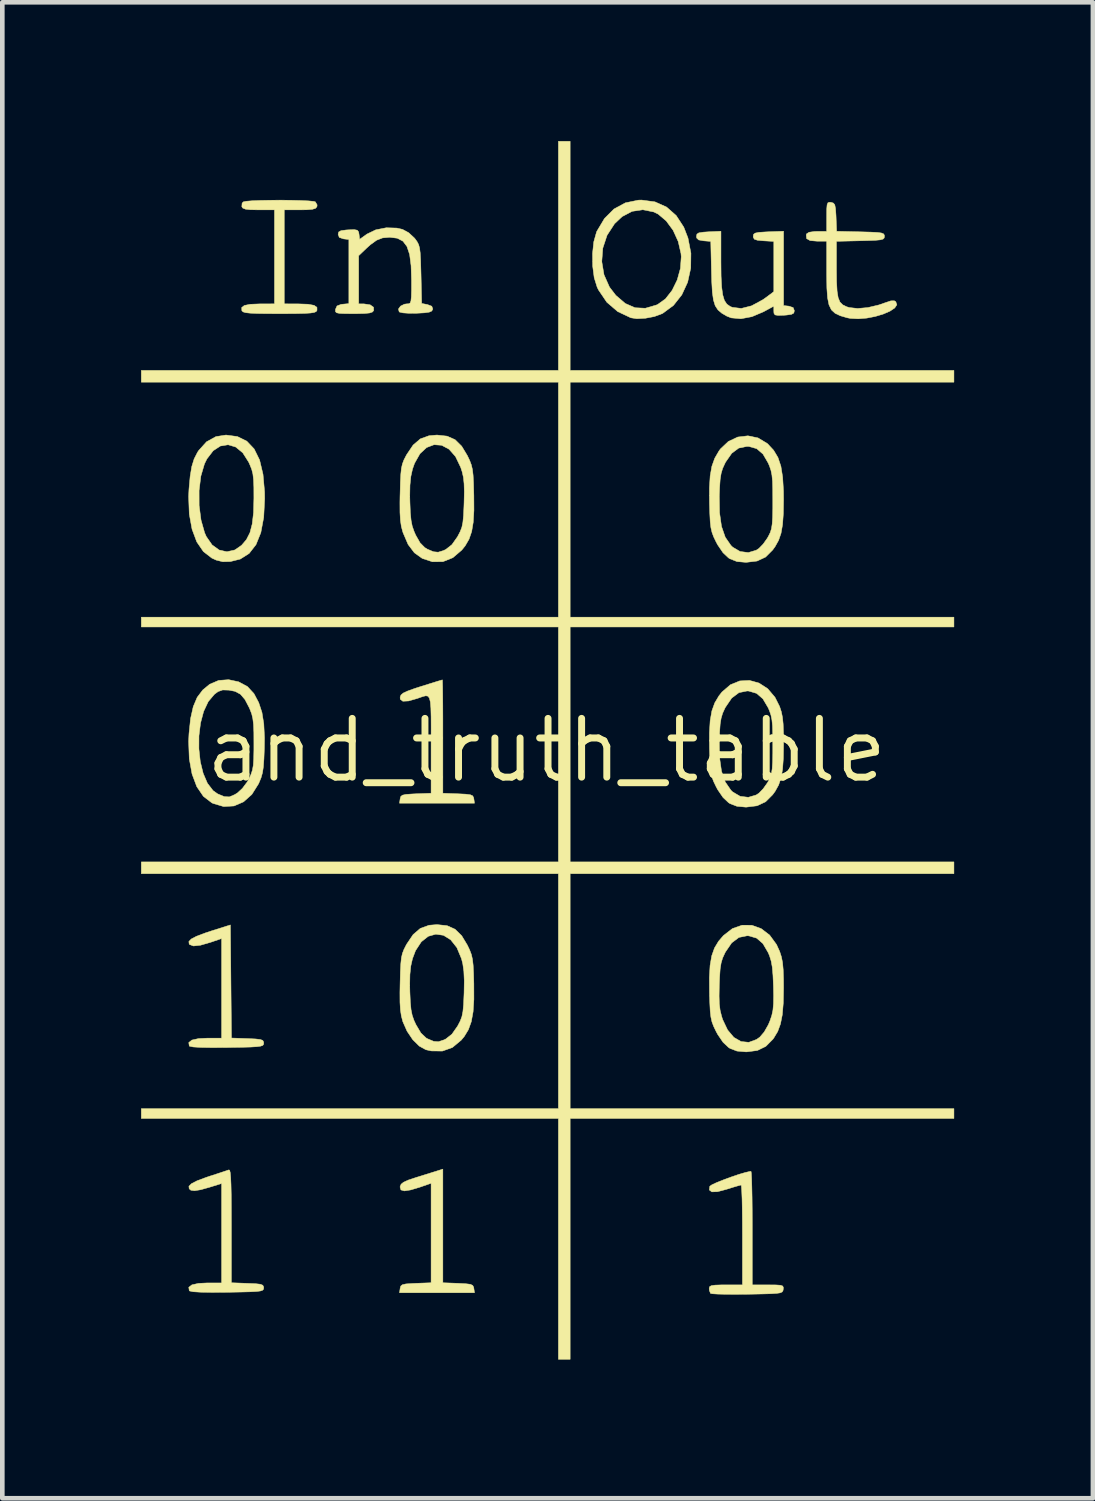
<source format=kicad_pcb>
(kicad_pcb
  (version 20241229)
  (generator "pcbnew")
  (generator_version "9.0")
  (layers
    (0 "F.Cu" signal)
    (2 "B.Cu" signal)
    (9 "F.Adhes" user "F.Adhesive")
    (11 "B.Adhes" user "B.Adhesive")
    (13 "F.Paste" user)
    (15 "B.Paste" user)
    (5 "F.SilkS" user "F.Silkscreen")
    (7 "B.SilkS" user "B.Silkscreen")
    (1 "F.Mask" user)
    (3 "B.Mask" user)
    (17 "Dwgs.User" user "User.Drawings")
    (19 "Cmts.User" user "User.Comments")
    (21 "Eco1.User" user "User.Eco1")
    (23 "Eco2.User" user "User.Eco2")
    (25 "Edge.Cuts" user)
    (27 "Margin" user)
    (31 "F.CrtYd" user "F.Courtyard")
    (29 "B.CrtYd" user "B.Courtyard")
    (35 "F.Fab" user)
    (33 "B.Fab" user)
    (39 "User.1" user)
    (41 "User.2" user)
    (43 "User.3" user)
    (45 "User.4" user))
  (footprint "and_truth_table"
    (layer "F.Cu")
    (at 8.768 13.171)
    (property "Reference" "and_truth_table" (at 0 0 0) (layer "F.SilkS") (effects (font (size 1.27 1.27) (thickness 0.15))))
    (attr through_hole)
    (fp_poly (pts (xy -2.244 11.511) (xy -1.916 11.523) (xy -1.75 11.532) (xy -1.65 11.544) (xy -1.599 11.568) (xy -1.578 11.607) (xy -1.574 11.631) (xy -1.56 11.726) (xy -3.181 11.726) (xy -3.167 11.631) (xy -3.154 11.583) (xy -3.118 11.553) (xy -3.042 11.536) (xy -2.908 11.527) (xy -2.826 11.523) (xy -2.498 11.511) (xy -2.498 9.36) (xy -2.737 9.443) (xy -2.94 9.504) (xy -3.076 9.525) (xy -3.15 9.504) (xy -3.169 9.441) (xy -3.167 9.431) (xy -3.147 9.381) (xy -3.093 9.337) (xy -2.989 9.29) (xy -2.82 9.234) (xy -2.794 9.226) (xy -2.62 9.172) (xy -2.467 9.124) (xy -2.361 9.091) (xy -2.339 9.084) (xy -2.244 9.054) (xy -2.244 11.511)) (stroke (width 0.01) (type solid)) (fill yes) (layer "F.SilkS"))
    (fp_poly (pts (xy 0.508 -8.213) (xy 8.805 -8.213) (xy 8.805 -7.959) (xy 0.508 -7.959) (xy 0.508 -2.879) (xy 8.805 -2.879) (xy 8.805 -2.667) (xy 0.508 -2.667) (xy 0.508 2.413) (xy 8.805 2.413) (xy 8.805 2.667) (xy 0.508 2.667) (xy 0.508 7.747) (xy 8.805 7.747) (xy 8.805 7.959) (xy 0.508 7.959) (xy 0.508 13.166) (xy 0.254 13.166) (xy 0.254 7.959) (xy -8.763 7.959) (xy -8.763 7.747) (xy 0.254 7.747) (xy 0.254 2.667) (xy -8.763 2.667) (xy -8.763 2.413) (xy 0.254 2.413) (xy 0.254 -2.667) (xy -8.763 -2.667) (xy -8.763 -2.879) (xy 0.254 -2.879) (xy 0.254 -7.959) (xy -8.763 -7.959) (xy -8.763 -8.213) (xy 0.254 -8.213) (xy 0.254 -13.166) (xy 0.508 -13.166) (xy 0.508 -8.213)) (stroke (width 0.01) (type solid)) (fill yes) (layer "F.SilkS"))
    (fp_poly (pts (xy -6.826 4.997) (xy -6.814 6.22) (xy -6.466 6.232) (xy -6.294 6.24) (xy -6.19 6.252) (xy -6.137 6.272) (xy -6.119 6.306) (xy -6.117 6.329) (xy -6.121 6.359) (xy -6.14 6.381) (xy -6.185 6.396) (xy -6.267 6.407) (xy -6.399 6.415) (xy -6.59 6.42) (xy -6.853 6.424) (xy -6.908 6.425) (xy -7.236 6.427) (xy -7.481 6.423) (xy -7.643 6.413) (xy -7.72 6.397) (xy -7.726 6.391) (xy -7.737 6.318) (xy -7.669 6.264) (xy -7.525 6.232) (xy -7.34 6.223) (xy -7.027 6.223) (xy -7.027 4.069) (xy -7.267 4.151) (xy -7.485 4.214) (xy -7.635 4.23) (xy -7.719 4.199) (xy -7.728 4.187) (xy -7.735 4.134) (xy -7.684 4.08) (xy -7.568 4.019) (xy -7.381 3.949) (xy -7.239 3.902) (xy -6.837 3.775) (xy -6.826 4.997)) (stroke (width 0.01) (type solid)) (fill yes) (layer "F.SilkS"))
    (fp_poly (pts (xy -2.252 -1.483) (xy -2.249 -1.368) (xy -2.247 -1.19) (xy -2.245 -0.959) (xy -2.244 -0.685) (xy -2.244 -0.379) (xy -2.244 -0.298) (xy -2.244 0.928) (xy -1.916 0.94) (xy -1.75 0.948) (xy -1.65 0.961) (xy -1.599 0.984) (xy -1.578 1.024) (xy -1.574 1.048) (xy -1.56 1.143) (xy -3.181 1.143) (xy -3.167 1.048) (xy -3.154 0.999) (xy -3.118 0.97) (xy -3.042 0.953) (xy -2.908 0.944) (xy -2.826 0.94) (xy -2.498 0.928) (xy -2.498 -0.129) (xy -2.497 -0.463) (xy -2.498 -0.721) (xy -2.503 -0.913) (xy -2.514 -1.045) (xy -2.535 -1.128) (xy -2.566 -1.17) (xy -2.612 -1.179) (xy -2.675 -1.164) (xy -2.758 -1.135) (xy -2.794 -1.122) (xy -2.985 -1.067) (xy -3.109 -1.061) (xy -3.165 -1.105) (xy -3.167 -1.151) (xy -3.149 -1.196) (xy -3.1 -1.238) (xy -3.005 -1.282) (xy -2.852 -1.337) (xy -2.709 -1.383) (xy -2.529 -1.439) (xy -2.382 -1.485) (xy -2.285 -1.514) (xy -2.254 -1.523) (xy -2.252 -1.483)) (stroke (width 0.01) (type solid)) (fill yes) (layer "F.SilkS"))
    (fp_poly (pts (xy -6.853 9.081) (xy -6.84 9.132) (xy -6.831 9.231) (xy -6.824 9.385) (xy -6.819 9.601) (xy -6.817 9.887) (xy -6.816 10.249) (xy -6.816 10.281) (xy -6.816 11.511) (xy -6.466 11.524) (xy -6.294 11.531) (xy -6.19 11.543) (xy -6.137 11.564) (xy -6.119 11.598) (xy -6.117 11.62) (xy -6.121 11.65) (xy -6.14 11.672) (xy -6.185 11.688) (xy -6.267 11.699) (xy -6.399 11.706) (xy -6.59 11.711) (xy -6.853 11.716) (xy -6.908 11.717) (xy -7.236 11.719) (xy -7.481 11.715) (xy -7.643 11.705) (xy -7.72 11.688) (xy -7.726 11.683) (xy -7.737 11.609) (xy -7.669 11.556) (xy -7.525 11.524) (xy -7.34 11.515) (xy -7.027 11.515) (xy -7.027 9.365) (xy -7.285 9.445) (xy -7.481 9.5) (xy -7.612 9.521) (xy -7.692 9.51) (xy -7.728 9.479) (xy -7.734 9.425) (xy -7.679 9.369) (xy -7.557 9.306) (xy -7.361 9.233) (xy -7.281 9.206) (xy -7.114 9.152) (xy -6.975 9.106) (xy -6.886 9.076) (xy -6.869 9.07) (xy -6.853 9.081)) (stroke (width 0.01) (type solid)) (fill yes) (layer "F.SilkS"))
    (fp_poly (pts (xy -5.519 -11.891) (xy -5.315 -11.886) (xy -5.148 -11.878) (xy -5.036 -11.867) (xy -5 -11.857) (xy -4.962 -11.791) (xy -4.967 -11.752) (xy -4.997 -11.717) (xy -5.066 -11.696) (xy -5.189 -11.686) (xy -5.333 -11.684) (xy -5.673 -11.684) (xy -5.673 -9.652) (xy -5.366 -9.651) (xy -5.159 -9.644) (xy -5.028 -9.62) (xy -4.966 -9.577) (xy -4.965 -9.512) (xy -4.967 -9.508) (xy -4.985 -9.484) (xy -5.028 -9.466) (xy -5.106 -9.454) (xy -5.23 -9.446) (xy -5.412 -9.442) (xy -5.664 -9.44) (xy -5.779 -9.44) (xy -6.059 -9.441) (xy -6.266 -9.444) (xy -6.41 -9.451) (xy -6.504 -9.461) (xy -6.559 -9.477) (xy -6.585 -9.498) (xy -6.59 -9.508) (xy -6.592 -9.574) (xy -6.534 -9.618) (xy -6.407 -9.643) (xy -6.205 -9.651) (xy -6.191 -9.651) (xy -5.884 -9.652) (xy -5.884 -11.684) (xy -6.224 -11.684) (xy -6.402 -11.687) (xy -6.511 -11.699) (xy -6.57 -11.723) (xy -6.59 -11.752) (xy -6.584 -11.829) (xy -6.557 -11.857) (xy -6.494 -11.87) (xy -6.364 -11.881) (xy -6.184 -11.888) (xy -5.971 -11.892) (xy -5.744 -11.894) (xy -5.519 -11.891)) (stroke (width 0.01) (type solid)) (fill yes) (layer "F.SilkS"))
    (fp_poly (pts (xy 4.425 9.142) (xy 4.431 9.257) (xy 4.436 9.435) (xy 4.441 9.667) (xy 4.444 9.941) (xy 4.445 10.247) (xy 4.445 10.329) (xy 4.445 11.557) (xy 4.787 11.557) (xy 4.955 11.558) (xy 5.056 11.565) (xy 5.104 11.582) (xy 5.118 11.615) (xy 5.115 11.652) (xy 5.108 11.686) (xy 5.089 11.711) (xy 5.048 11.729) (xy 4.973 11.74) (xy 4.851 11.748) (xy 4.671 11.753) (xy 4.422 11.758) (xy 4.337 11.759) (xy 4.09 11.761) (xy 3.874 11.76) (xy 3.701 11.756) (xy 3.586 11.749) (xy 3.543 11.741) (xy 3.518 11.678) (xy 3.514 11.635) (xy 3.522 11.597) (xy 3.559 11.574) (xy 3.64 11.562) (xy 3.782 11.557) (xy 3.873 11.557) (xy 4.233 11.557) (xy 4.233 10.477) (xy 4.232 10.185) (xy 4.229 9.923) (xy 4.225 9.702) (xy 4.218 9.533) (xy 4.211 9.429) (xy 4.205 9.398) (xy 4.153 9.41) (xy 4.043 9.442) (xy 3.899 9.487) (xy 3.887 9.491) (xy 3.694 9.542) (xy 3.571 9.546) (xy 3.517 9.505) (xy 3.527 9.425) (xy 3.572 9.393) (xy 3.677 9.344) (xy 3.823 9.286) (xy 3.988 9.225) (xy 4.152 9.169) (xy 4.295 9.127) (xy 4.396 9.104) (xy 4.418 9.102) (xy 4.425 9.142)) (stroke (width 0.01) (type solid)) (fill yes) (layer "F.SilkS"))
    (fp_poly (pts (xy 2.342 -11.857) (xy 2.592 -11.745) (xy 2.801 -11.561) (xy 2.965 -11.309) (xy 3.055 -11.077) (xy 3.119 -10.748) (xy 3.115 -10.425) (xy 3.048 -10.12) (xy 2.922 -9.847) (xy 2.742 -9.619) (xy 2.511 -9.448) (xy 2.493 -9.439) (xy 2.329 -9.378) (xy 2.136 -9.341) (xy 1.95 -9.331) (xy 1.82 -9.351) (xy 1.536 -9.485) (xy 1.301 -9.687) (xy 1.12 -9.954) (xy 1.092 -10.012) (xy 1.028 -10.217) (xy 0.995 -10.47) (xy 0.994 -10.566) (xy 1.192 -10.566) (xy 1.24 -10.281) (xy 1.358 -10.015) (xy 1.496 -9.835) (xy 1.701 -9.66) (xy 1.911 -9.568) (xy 2.133 -9.557) (xy 2.373 -9.627) (xy 2.402 -9.64) (xy 2.569 -9.76) (xy 2.712 -9.943) (xy 2.823 -10.169) (xy 2.892 -10.419) (xy 2.91 -10.671) (xy 2.904 -10.741) (xy 2.844 -11.001) (xy 2.734 -11.242) (xy 2.585 -11.445) (xy 2.411 -11.592) (xy 2.315 -11.639) (xy 2.078 -11.687) (xy 1.847 -11.652) (xy 1.631 -11.538) (xy 1.468 -11.384) (xy 1.306 -11.135) (xy 1.214 -10.856) (xy 1.192 -10.566) (xy 0.994 -10.566) (xy 0.992 -10.739) (xy 1.019 -10.993) (xy 1.078 -11.203) (xy 1.085 -11.22) (xy 1.25 -11.497) (xy 1.456 -11.703) (xy 1.702 -11.836) (xy 1.983 -11.894) (xy 2.053 -11.896) (xy 2.342 -11.857)) (stroke (width 0.01) (type solid)) (fill yes) (layer "F.SilkS"))
    (fp_poly (pts (xy 3.768 -10.563) (xy 3.771 -10.255) (xy 3.783 -10.02) (xy 3.806 -9.848) (xy 3.842 -9.727) (xy 3.896 -9.646) (xy 3.969 -9.595) (xy 4.013 -9.577) (xy 4.208 -9.553) (xy 4.429 -9.609) (xy 4.675 -9.742) (xy 4.773 -9.812) (xy 4.911 -9.916) (xy 4.911 -11.002) (xy 4.688 -11.015) (xy 4.557 -11.027) (xy 4.49 -11.05) (xy 4.467 -11.092) (xy 4.466 -11.113) (xy 4.474 -11.156) (xy 4.51 -11.182) (xy 4.59 -11.198) (xy 4.733 -11.207) (xy 4.794 -11.21) (xy 5.122 -11.222) (xy 5.122 -9.615) (xy 5.239 -9.602) (xy 5.33 -9.571) (xy 5.355 -9.504) (xy 5.343 -9.453) (xy 5.293 -9.425) (xy 5.186 -9.41) (xy 5.133 -9.406) (xy 5.004 -9.402) (xy 4.938 -9.413) (xy 4.914 -9.448) (xy 4.911 -9.498) (xy 4.911 -9.602) (xy 4.688 -9.481) (xy 4.438 -9.375) (xy 4.2 -9.33) (xy 3.991 -9.349) (xy 3.898 -9.385) (xy 3.785 -9.451) (xy 3.703 -9.522) (xy 3.644 -9.612) (xy 3.606 -9.735) (xy 3.582 -9.905) (xy 3.569 -10.135) (xy 3.563 -10.351) (xy 3.548 -11.002) (xy 3.393 -11.015) (xy 3.287 -11.034) (xy 3.243 -11.076) (xy 3.239 -11.113) (xy 3.249 -11.16) (xy 3.291 -11.187) (xy 3.385 -11.202) (xy 3.503 -11.21) (xy 3.768 -11.222) (xy 3.768 -10.563)) (stroke (width 0.01) (type solid)) (fill yes) (layer "F.SilkS"))
    (fp_poly (pts (xy -6.685 -6.783) (xy -6.482 -6.683) (xy -6.323 -6.515) (xy -6.206 -6.277) (xy -6.132 -5.967) (xy -6.098 -5.585) (xy -6.096 -5.44) (xy -6.117 -5.036) (xy -6.179 -4.706) (xy -6.284 -4.446) (xy -6.432 -4.256) (xy -6.624 -4.134) (xy -6.837 -4.081) (xy -7.002 -4.077) (xy -7.143 -4.112) (xy -7.239 -4.156) (xy -7.421 -4.297) (xy -7.564 -4.506) (xy -7.666 -4.779) (xy -7.726 -5.108) (xy -7.74 -5.485) (xy -7.734 -5.617) (xy -7.514 -5.617) (xy -7.513 -5.292) (xy -7.472 -4.977) (xy -7.394 -4.702) (xy -7.358 -4.621) (xy -7.233 -4.441) (xy -7.08 -4.33) (xy -6.912 -4.293) (xy -6.74 -4.332) (xy -6.596 -4.432) (xy -6.49 -4.556) (xy -6.414 -4.706) (xy -6.365 -4.894) (xy -6.337 -5.137) (xy -6.329 -5.448) (xy -6.329 -5.461) (xy -6.33 -5.689) (xy -6.337 -5.853) (xy -6.351 -5.975) (xy -6.377 -6.077) (xy -6.418 -6.178) (xy -6.442 -6.231) (xy -6.57 -6.432) (xy -6.722 -6.557) (xy -6.887 -6.606) (xy -7.053 -6.579) (xy -7.209 -6.477) (xy -7.345 -6.3) (xy -7.398 -6.192) (xy -7.476 -5.927) (xy -7.514 -5.617) (xy -7.734 -5.617) (xy -7.732 -5.652) (xy -7.707 -5.925) (xy -7.672 -6.135) (xy -7.621 -6.3) (xy -7.549 -6.441) (xy -7.523 -6.481) (xy -7.353 -6.67) (xy -7.15 -6.782) (xy -6.932 -6.816) (xy -6.685 -6.783)) (stroke (width 0.01) (type solid)) (fill yes) (layer "F.SilkS"))
    (fp_poly (pts (xy 6.149 -11.846) (xy 6.199 -11.831) (xy 6.229 -11.794) (xy 6.245 -11.713) (xy 6.255 -11.572) (xy 6.257 -11.527) (xy 6.269 -11.221) (xy 6.786 -11.209) (xy 7.002 -11.203) (xy 7.148 -11.196) (xy 7.237 -11.184) (xy 7.284 -11.165) (xy 7.301 -11.137) (xy 7.303 -11.113) (xy 7.297 -11.077) (xy 7.272 -11.052) (xy 7.213 -11.036) (xy 7.107 -11.026) (xy 6.939 -11.02) (xy 6.784 -11.016) (xy 6.265 -11.004) (xy 6.265 -10.401) (xy 6.268 -10.129) (xy 6.279 -9.928) (xy 6.302 -9.786) (xy 6.341 -9.691) (xy 6.402 -9.63) (xy 6.487 -9.589) (xy 6.544 -9.572) (xy 6.723 -9.552) (xy 6.945 -9.572) (xy 7.184 -9.629) (xy 7.316 -9.675) (xy 7.442 -9.717) (xy 7.517 -9.718) (xy 7.548 -9.699) (xy 7.571 -9.632) (xy 7.525 -9.563) (xy 7.422 -9.494) (xy 7.278 -9.432) (xy 7.106 -9.38) (xy 6.92 -9.344) (xy 6.735 -9.329) (xy 6.565 -9.338) (xy 6.498 -9.351) (xy 6.348 -9.395) (xy 6.236 -9.448) (xy 6.156 -9.522) (xy 6.104 -9.63) (xy 6.073 -9.783) (xy 6.058 -9.994) (xy 6.054 -10.275) (xy 6.054 -10.339) (xy 6.054 -11.007) (xy 5.847 -11.007) (xy 5.696 -11.02) (xy 5.62 -11.063) (xy 5.612 -11.141) (xy 5.619 -11.165) (xy 5.673 -11.2) (xy 5.794 -11.217) (xy 5.846 -11.218) (xy 6.054 -11.218) (xy 6.054 -11.539) (xy 6.055 -11.701) (xy 6.063 -11.795) (xy 6.082 -11.839) (xy 6.118 -11.849) (xy 6.149 -11.846)) (stroke (width 0.01) (type solid)) (fill yes) (layer "F.SilkS"))
    (fp_poly (pts (xy -6.66 -1.481) (xy -6.469 -1.379) (xy -6.328 -1.226) (xy -6.225 -1.032) (xy -6.155 -0.82) (xy -6.115 -0.572) (xy -6.1 -0.271) (xy -6.103 -0.049) (xy -6.112 0.186) (xy -6.124 0.357) (xy -6.144 0.487) (xy -6.175 0.596) (xy -6.221 0.706) (xy -6.229 0.724) (xy -6.373 0.953) (xy -6.553 1.114) (xy -6.759 1.203) (xy -6.982 1.216) (xy -7.212 1.148) (xy -7.239 1.135) (xy -7.421 0.995) (xy -7.564 0.785) (xy -7.666 0.513) (xy -7.726 0.184) (xy -7.734 -0.03) (xy -7.518 -0.03) (xy -7.488 0.245) (xy -7.426 0.497) (xy -7.334 0.712) (xy -7.211 0.872) (xy -7.112 0.942) (xy -6.97 1.001) (xy -6.86 1.007) (xy -6.744 0.958) (xy -6.684 0.921) (xy -6.577 0.822) (xy -6.473 0.683) (xy -6.435 0.614) (xy -6.391 0.519) (xy -6.361 0.428) (xy -6.342 0.323) (xy -6.333 0.184) (xy -6.329 -0.009) (xy -6.329 -0.148) (xy -6.33 -0.384) (xy -6.337 -0.556) (xy -6.352 -0.683) (xy -6.376 -0.786) (xy -6.414 -0.885) (xy -6.428 -0.918) (xy -6.522 -1.098) (xy -6.619 -1.212) (xy -6.737 -1.275) (xy -6.869 -1.301) (xy -7.004 -1.305) (xy -7.103 -1.27) (xy -7.182 -1.212) (xy -7.316 -1.053) (xy -7.416 -0.84) (xy -7.483 -0.588) (xy -7.517 -0.313) (xy -7.518 -0.03) (xy -7.734 -0.03) (xy -7.74 -0.194) (xy -7.732 -0.36) (xy -7.698 -0.687) (xy -7.64 -0.944) (xy -7.555 -1.145) (xy -7.435 -1.304) (xy -7.285 -1.428) (xy -7.091 -1.511) (xy -6.875 -1.527) (xy -6.66 -1.481)) (stroke (width 0.01) (type solid)) (fill yes) (layer "F.SilkS"))
    (fp_poly (pts (xy 4.436 3.782) (xy 4.638 3.855) (xy 4.82 3.994) (xy 4.969 4.198) (xy 5.038 4.349) (xy 5.075 4.464) (xy 5.1 4.589) (xy 5.114 4.744) (xy 5.121 4.948) (xy 5.122 5.138) (xy 5.116 5.46) (xy 5.095 5.714) (xy 5.055 5.915) (xy 4.995 6.079) (xy 4.909 6.222) (xy 4.891 6.246) (xy 4.737 6.401) (xy 4.556 6.489) (xy 4.327 6.519) (xy 4.305 6.519) (xy 4.114 6.502) (xy 3.964 6.444) (xy 3.933 6.424) (xy 3.813 6.311) (xy 3.696 6.139) (xy 3.662 6.075) (xy 3.61 5.967) (xy 3.574 5.871) (xy 3.551 5.768) (xy 3.536 5.638) (xy 3.527 5.461) (xy 3.522 5.311) (xy 3.728 5.311) (xy 3.733 5.483) (xy 3.75 5.619) (xy 3.781 5.745) (xy 3.805 5.821) (xy 3.912 6.046) (xy 4.047 6.206) (xy 4.203 6.296) (xy 4.37 6.313) (xy 4.538 6.251) (xy 4.609 6.2) (xy 4.703 6.09) (xy 4.792 5.934) (xy 4.827 5.851) (xy 4.867 5.733) (xy 4.892 5.617) (xy 4.904 5.483) (xy 4.907 5.307) (xy 4.903 5.102) (xy 4.893 4.865) (xy 4.878 4.69) (xy 4.854 4.557) (xy 4.818 4.441) (xy 4.789 4.373) (xy 4.675 4.178) (xy 4.539 4.06) (xy 4.37 4.011) (xy 4.334 4.009) (xy 4.157 4.045) (xy 4 4.163) (xy 3.864 4.362) (xy 3.853 4.384) (xy 3.804 4.49) (xy 3.772 4.598) (xy 3.751 4.73) (xy 3.739 4.908) (xy 3.732 5.08) (xy 3.728 5.311) (xy 3.522 5.311) (xy 3.52 5.242) (xy 3.518 4.912) (xy 3.533 4.651) (xy 3.569 4.443) (xy 3.629 4.273) (xy 3.717 4.127) (xy 3.822 4.005) (xy 4.016 3.854) (xy 4.225 3.781) (xy 4.436 3.782)) (stroke (width 0.01) (type solid)) (fill yes) (layer "F.SilkS"))
    (fp_poly (pts (xy 4.569 -6.754) (xy 4.767 -6.635) (xy 4.781 -6.623) (xy 4.907 -6.487) (xy 5 -6.332) (xy 5.064 -6.143) (xy 5.102 -5.906) (xy 5.12 -5.607) (xy 5.122 -5.42) (xy 5.117 -5.116) (xy 5.1 -4.879) (xy 5.067 -4.692) (xy 5.014 -4.539) (xy 4.938 -4.403) (xy 4.886 -4.331) (xy 4.733 -4.178) (xy 4.549 -4.092) (xy 4.316 -4.064) (xy 4.305 -4.064) (xy 4.114 -4.081) (xy 3.964 -4.14) (xy 3.933 -4.159) (xy 3.813 -4.272) (xy 3.696 -4.444) (xy 3.662 -4.508) (xy 3.61 -4.616) (xy 3.575 -4.711) (xy 3.551 -4.814) (xy 3.536 -4.943) (xy 3.527 -5.118) (xy 3.52 -5.347) (xy 3.519 -5.503) (xy 3.732 -5.503) (xy 3.738 -5.137) (xy 3.78 -4.841) (xy 3.861 -4.607) (xy 3.983 -4.43) (xy 4.022 -4.392) (xy 4.182 -4.298) (xy 4.36 -4.275) (xy 4.531 -4.326) (xy 4.589 -4.364) (xy 4.68 -4.458) (xy 4.771 -4.586) (xy 4.795 -4.629) (xy 4.834 -4.708) (xy 4.86 -4.79) (xy 4.876 -4.893) (xy 4.885 -5.033) (xy 4.889 -5.229) (xy 4.889 -5.397) (xy 4.888 -5.641) (xy 4.883 -5.819) (xy 4.87 -5.951) (xy 4.849 -6.053) (xy 4.817 -6.147) (xy 4.79 -6.21) (xy 4.677 -6.404) (xy 4.542 -6.521) (xy 4.377 -6.568) (xy 4.329 -6.57) (xy 4.153 -6.534) (xy 4.002 -6.422) (xy 3.869 -6.232) (xy 3.853 -6.2) (xy 3.804 -6.093) (xy 3.772 -5.985) (xy 3.751 -5.853) (xy 3.739 -5.676) (xy 3.732 -5.503) (xy 3.519 -5.503) (xy 3.519 -5.673) (xy 3.535 -5.933) (xy 3.572 -6.141) (xy 3.634 -6.314) (xy 3.723 -6.468) (xy 3.756 -6.514) (xy 3.928 -6.677) (xy 4.132 -6.773) (xy 4.352 -6.799) (xy 4.569 -6.754)) (stroke (width 0.01) (type solid)) (fill yes) (layer "F.SilkS"))
    (fp_poly (pts (xy 4.591 -1.454) (xy 4.779 -1.332) (xy 4.936 -1.147) (xy 5.036 -0.948) (xy 5.073 -0.835) (xy 5.098 -0.715) (xy 5.113 -0.569) (xy 5.12 -0.378) (xy 5.122 -0.131) (xy 5.117 0.174) (xy 5.1 0.411) (xy 5.067 0.597) (xy 5.015 0.75) (xy 4.939 0.887) (xy 4.886 0.96) (xy 4.733 1.113) (xy 4.549 1.199) (xy 4.316 1.228) (xy 4.305 1.228) (xy 4.114 1.21) (xy 3.964 1.152) (xy 3.933 1.132) (xy 3.813 1.019) (xy 3.696 0.848) (xy 3.662 0.783) (xy 3.61 0.675) (xy 3.574 0.579) (xy 3.551 0.476) (xy 3.536 0.346) (xy 3.527 0.169) (xy 3.52 -0.05) (xy 3.519 -0.212) (xy 3.732 -0.212) (xy 3.738 0.155) (xy 3.78 0.451) (xy 3.861 0.684) (xy 3.983 0.862) (xy 4.022 0.9) (xy 4.182 0.994) (xy 4.36 1.016) (xy 4.531 0.965) (xy 4.589 0.927) (xy 4.68 0.833) (xy 4.771 0.705) (xy 4.795 0.663) (xy 4.834 0.584) (xy 4.86 0.501) (xy 4.876 0.399) (xy 4.885 0.258) (xy 4.889 0.063) (xy 4.889 -0.106) (xy 4.888 -0.35) (xy 4.883 -0.528) (xy 4.87 -0.659) (xy 4.849 -0.762) (xy 4.817 -0.855) (xy 4.79 -0.919) (xy 4.675 -1.113) (xy 4.539 -1.231) (xy 4.37 -1.281) (xy 4.334 -1.283) (xy 4.157 -1.247) (xy 4 -1.129) (xy 3.864 -0.929) (xy 3.853 -0.908) (xy 3.804 -0.801) (xy 3.772 -0.693) (xy 3.751 -0.562) (xy 3.739 -0.384) (xy 3.732 -0.212) (xy 3.519 -0.212) (xy 3.519 -0.38) (xy 3.535 -0.642) (xy 3.572 -0.852) (xy 3.634 -1.025) (xy 3.724 -1.176) (xy 3.79 -1.26) (xy 3.972 -1.417) (xy 4.175 -1.5) (xy 4.385 -1.511) (xy 4.591 -1.454)) (stroke (width 0.01) (type solid)) (fill yes) (layer "F.SilkS"))
    (fp_poly (pts (xy -2.152 3.791) (xy -1.98 3.868) (xy -1.837 4.008) (xy -1.714 4.212) (xy -1.663 4.32) (xy -1.627 4.415) (xy -1.604 4.517) (xy -1.589 4.646) (xy -1.58 4.821) (xy -1.574 5.048) (xy -1.573 5.384) (xy -1.59 5.652) (xy -1.629 5.866) (xy -1.692 6.04) (xy -1.783 6.189) (xy -1.847 6.266) (xy -2.038 6.425) (xy -2.254 6.502) (xy -2.495 6.499) (xy -2.611 6.473) (xy -2.753 6.395) (xy -2.895 6.255) (xy -3.018 6.072) (xy -3.108 5.868) (xy -3.11 5.862) (xy -3.141 5.744) (xy -3.161 5.612) (xy -3.171 5.448) (xy -3.172 5.232) (xy -3.169 5.076) (xy -2.96 5.076) (xy -2.957 5.222) (xy -2.947 5.443) (xy -2.932 5.603) (xy -2.907 5.727) (xy -2.868 5.84) (xy -2.825 5.932) (xy -2.718 6.112) (xy -2.604 6.22) (xy -2.571 6.238) (xy -2.442 6.292) (xy -2.34 6.3) (xy -2.222 6.261) (xy -2.182 6.242) (xy -2.049 6.138) (xy -1.924 5.96) (xy -1.922 5.956) (xy -1.868 5.852) (xy -1.832 5.756) (xy -1.81 5.645) (xy -1.796 5.498) (xy -1.787 5.292) (xy -1.785 5.243) (xy -1.781 4.981) (xy -1.79 4.78) (xy -1.813 4.616) (xy -1.841 4.505) (xy -1.941 4.265) (xy -2.075 4.096) (xy -2.231 3.999) (xy -2.396 3.975) (xy -2.56 4.021) (xy -2.71 4.14) (xy -2.835 4.331) (xy -2.901 4.506) (xy -2.937 4.665) (xy -2.956 4.847) (xy -2.96 5.076) (xy -3.169 5.076) (xy -3.168 5.027) (xy -3.162 4.787) (xy -3.153 4.613) (xy -3.14 4.487) (xy -3.118 4.39) (xy -3.085 4.305) (xy -3.038 4.212) (xy -3.027 4.192) (xy -2.887 3.984) (xy -2.731 3.85) (xy -2.543 3.782) (xy -2.371 3.768) (xy -2.152 3.791)) (stroke (width 0.01) (type solid)) (fill yes) (layer "F.SilkS"))
    (fp_poly (pts (xy -2.152 -6.792) (xy -1.98 -6.716) (xy -1.837 -6.575) (xy -1.714 -6.371) (xy -1.664 -6.266) (xy -1.629 -6.173) (xy -1.605 -6.073) (xy -1.59 -5.948) (xy -1.581 -5.779) (xy -1.575 -5.546) (xy -1.574 -5.513) (xy -1.572 -5.188) (xy -1.587 -4.932) (xy -1.621 -4.729) (xy -1.678 -4.564) (xy -1.761 -4.421) (xy -1.835 -4.329) (xy -2.028 -4.164) (xy -2.241 -4.079) (xy -2.469 -4.076) (xy -2.688 -4.148) (xy -2.859 -4.27) (xy -2.995 -4.45) (xy -3.103 -4.701) (xy -3.112 -4.728) (xy -3.142 -4.842) (xy -3.161 -4.973) (xy -3.171 -5.14) (xy -3.172 -5.36) (xy -3.17 -5.494) (xy -2.959 -5.494) (xy -2.956 -5.364) (xy -2.947 -5.139) (xy -2.931 -4.974) (xy -2.906 -4.846) (xy -2.865 -4.73) (xy -2.832 -4.654) (xy -2.737 -4.487) (xy -2.635 -4.383) (xy -2.578 -4.348) (xy -2.447 -4.293) (xy -2.346 -4.283) (xy -2.234 -4.317) (xy -2.182 -4.341) (xy -2.049 -4.445) (xy -1.924 -4.622) (xy -1.922 -4.627) (xy -1.869 -4.729) (xy -1.833 -4.823) (xy -1.811 -4.93) (xy -1.797 -5.073) (xy -1.788 -5.271) (xy -1.785 -5.355) (xy -1.78 -5.59) (xy -1.785 -5.763) (xy -1.799 -5.9) (xy -1.827 -6.022) (xy -1.858 -6.117) (xy -1.97 -6.351) (xy -2.111 -6.51) (xy -2.27 -6.595) (xy -2.434 -6.607) (xy -2.595 -6.546) (xy -2.739 -6.412) (xy -2.856 -6.205) (xy -2.9 -6.08) (xy -2.936 -5.919) (xy -2.955 -5.731) (xy -2.959 -5.494) (xy -3.17 -5.494) (xy -3.168 -5.554) (xy -3.162 -5.795) (xy -3.153 -5.969) (xy -3.14 -6.095) (xy -3.118 -6.192) (xy -3.086 -6.277) (xy -3.039 -6.369) (xy -3.027 -6.391) (xy -2.887 -6.599) (xy -2.731 -6.733) (xy -2.543 -6.801) (xy -2.371 -6.816) (xy -2.152 -6.792)) (stroke (width 0.01) (type solid)) (fill yes) (layer "F.SilkS"))
    (fp_poly (pts (xy -3.236 -11.29) (xy -3.116 -11.262) (xy -2.983 -11.19) (xy -2.861 -11.077) (xy -2.846 -11.06) (xy -2.801 -10.997) (xy -2.769 -10.936) (xy -2.748 -10.862) (xy -2.734 -10.757) (xy -2.725 -10.606) (xy -2.719 -10.393) (xy -2.716 -10.284) (xy -2.702 -9.661) (xy -2.575 -9.636) (xy -2.483 -9.601) (xy -2.462 -9.542) (xy -2.463 -9.536) (xy -2.484 -9.497) (xy -2.538 -9.473) (xy -2.644 -9.458) (xy -2.812 -9.449) (xy -2.976 -9.448) (xy -3.107 -9.457) (xy -3.182 -9.475) (xy -3.188 -9.479) (xy -3.204 -9.54) (xy -3.159 -9.603) (xy -3.075 -9.645) (xy -3.022 -9.652) (xy -2.979 -9.654) (xy -2.951 -9.671) (xy -2.934 -9.716) (xy -2.925 -9.804) (xy -2.921 -9.948) (xy -2.921 -10.161) (xy -2.931 -10.477) (xy -2.962 -10.718) (xy -3.02 -10.892) (xy -3.107 -11.007) (xy -3.229 -11.071) (xy -3.389 -11.091) (xy -3.399 -11.091) (xy -3.547 -11.078) (xy -3.676 -11.028) (xy -3.813 -10.929) (xy -3.905 -10.845) (xy -4.064 -10.693) (xy -4.064 -9.652) (xy -3.948 -9.651) (xy -3.815 -9.631) (xy -3.742 -9.579) (xy -3.739 -9.508) (xy -3.766 -9.476) (xy -3.827 -9.455) (xy -3.937 -9.444) (xy -4.113 -9.44) (xy -4.171 -9.44) (xy -4.359 -9.441) (xy -4.477 -9.446) (xy -4.54 -9.459) (xy -4.565 -9.483) (xy -4.566 -9.523) (xy -4.564 -9.536) (xy -4.532 -9.607) (xy -4.446 -9.64) (xy -4.413 -9.644) (xy -4.276 -9.657) (xy -4.276 -11.043) (xy -4.392 -11.057) (xy -4.483 -11.088) (xy -4.508 -11.155) (xy -4.496 -11.206) (xy -4.446 -11.234) (xy -4.337 -11.249) (xy -4.289 -11.252) (xy -4.161 -11.257) (xy -4.093 -11.244) (xy -4.065 -11.206) (xy -4.056 -11.156) (xy -4.043 -11.047) (xy -3.884 -11.161) (xy -3.695 -11.252) (xy -3.467 -11.297) (xy -3.236 -11.29)) (stroke (width 0.01) (type solid)) (fill yes) (layer "F.SilkS")))
  (gr_rect
    (start -3 -3)
    (end 20.578 29.341)
    (stroke (width 0.1) (type default))
    (fill no)
    (layer "Edge.Cuts")))
</source>
